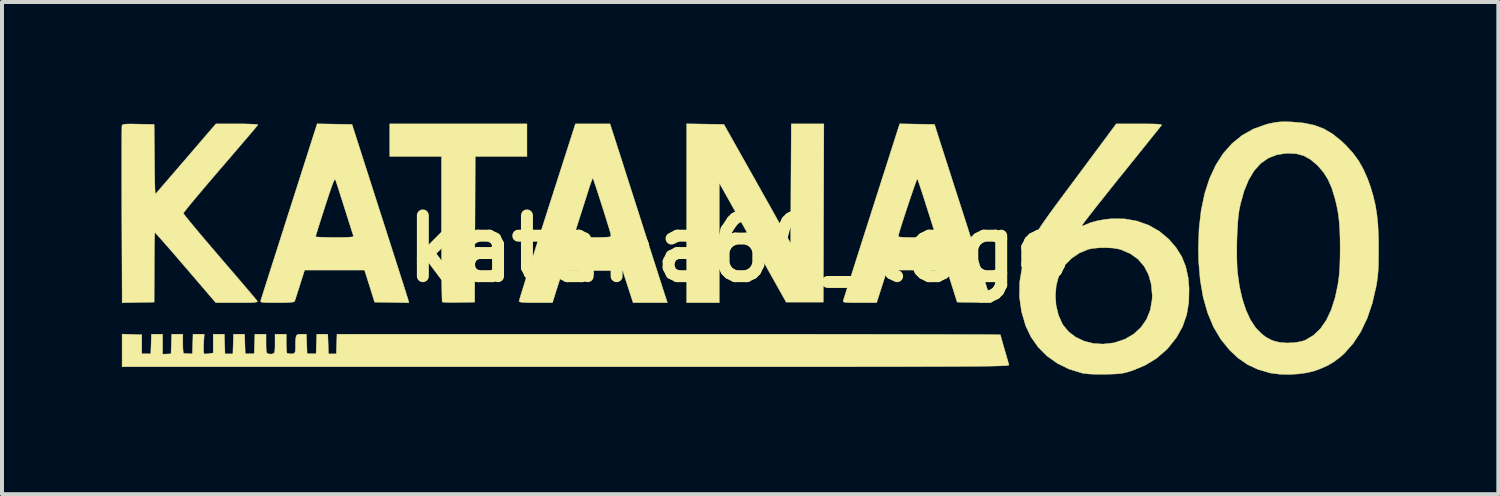
<source format=kicad_pcb>
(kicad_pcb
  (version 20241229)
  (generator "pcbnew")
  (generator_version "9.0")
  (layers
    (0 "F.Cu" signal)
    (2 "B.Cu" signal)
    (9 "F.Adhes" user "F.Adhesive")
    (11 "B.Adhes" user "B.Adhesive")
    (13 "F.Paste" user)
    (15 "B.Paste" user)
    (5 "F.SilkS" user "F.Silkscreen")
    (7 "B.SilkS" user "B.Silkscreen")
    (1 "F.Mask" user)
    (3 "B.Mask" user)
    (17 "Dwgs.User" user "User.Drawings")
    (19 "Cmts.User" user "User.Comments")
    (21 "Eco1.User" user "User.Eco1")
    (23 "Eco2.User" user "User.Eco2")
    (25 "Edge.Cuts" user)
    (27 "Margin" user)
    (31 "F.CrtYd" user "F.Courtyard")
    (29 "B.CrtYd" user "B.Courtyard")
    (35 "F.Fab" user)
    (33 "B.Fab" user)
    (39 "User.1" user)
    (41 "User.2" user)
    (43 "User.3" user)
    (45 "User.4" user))
  (footprint "katana60_logo"
    (layer "F.Cu")
    (at 15.508 3.191)
    (property "Reference" "katana60_logo" (at 0 0 0) (layer "F.SilkS") (effects (font (size 1.524 1.524) (thickness 0.3))))
    (attr through_hole)
    (fp_poly (pts (xy -0.391 -3.119) (xy 0.173 -2.117) (xy 0.31 -1.875) (xy 0.449 -1.627) (xy 0.586 -1.383) (xy 0.716 -1.152) (xy 0.833 -0.942) (xy 0.933 -0.763) (xy 1.011 -0.624) (xy 1.011 -0.624) (xy 1.284 -0.133) (xy 1.291 -1.633) (xy 1.299 -3.133) (xy 2.117 -3.133) (xy 2.11 -0.896) (xy 2.103 1.341) (xy 1.171 1.341) (xy 0.332 -0.154) (xy -0.508 -1.649) (xy -0.508 1.355) (xy -1.326 1.355) (xy -1.326 -3.134) (xy -0.391 -3.119)) (stroke (width 0.01) (type solid)) (fill yes) (layer "F.SilkS"))
    (fp_poly (pts (xy -5.334 -2.314) (xy -6.632 -2.314) (xy -6.639 -0.487) (xy -6.646 1.341) (xy -7.043 1.348) (xy -7.187 1.35) (xy -7.311 1.349) (xy -7.403 1.345) (xy -7.454 1.339) (xy -7.459 1.337) (xy -7.463 1.306) (xy -7.466 1.223) (xy -7.469 1.094) (xy -7.472 0.922) (xy -7.474 0.713) (xy -7.476 0.472) (xy -7.477 0.203) (xy -7.478 -0.09) (xy -7.479 -0.4) (xy -7.479 -0.499) (xy -7.479 -2.314) (xy -8.777 -2.314) (xy -8.777 -3.133) (xy -5.334 -3.133) (xy -5.334 -2.314)) (stroke (width 0.01) (type solid)) (fill yes) (layer "F.SilkS"))
    (fp_poly (pts (xy -3.179 -2.914) (xy -3.158 -2.85) (xy -3.122 -2.737) (xy -3.072 -2.581) (xy -3.009 -2.386) (xy -2.936 -2.158) (xy -2.854 -1.9) (xy -2.764 -1.619) (xy -2.668 -1.32) (xy -2.568 -1.007) (xy -2.512 -0.833) (xy -2.411 -0.516) (xy -2.314 -0.212) (xy -2.222 0.075) (xy -2.137 0.34) (xy -2.06 0.579) (xy -1.994 0.785) (xy -1.939 0.956) (xy -1.898 1.085) (xy -1.871 1.167) (xy -1.863 1.192) (xy -1.81 1.355) (xy -2.67 1.355) (xy -2.801 0.953) (xy -2.931 0.55) (xy -4.44 0.55) (xy -4.567 0.953) (xy -4.694 1.355) (xy -5.113 1.355) (xy -5.282 1.354) (xy -5.401 1.35) (xy -5.477 1.343) (xy -5.519 1.333) (xy -5.532 1.318) (xy -5.532 1.317) (xy -5.525 1.289) (xy -5.504 1.219) (xy -5.47 1.106) (xy -5.421 0.948) (xy -5.358 0.746) (xy -5.279 0.498) (xy -5.185 0.203) (xy -5.076 -0.141) (xy -5.031 -0.282) (xy -4.171 -0.282) (xy -3.694 -0.282) (xy -3.51 -0.283) (xy -3.376 -0.287) (xy -3.287 -0.293) (xy -3.236 -0.302) (xy -3.218 -0.315) (xy -3.218 -0.318) (xy -3.226 -0.353) (xy -3.249 -0.432) (xy -3.284 -0.547) (xy -3.328 -0.69) (xy -3.378 -0.85) (xy -3.432 -1.021) (xy -3.487 -1.192) (xy -3.54 -1.357) (xy -3.588 -1.505) (xy -3.629 -1.628) (xy -3.659 -1.717) (xy -3.677 -1.765) (xy -3.68 -1.77) (xy -3.693 -1.75) (xy -3.718 -1.686) (xy -3.753 -1.588) (xy -3.793 -1.465) (xy -3.793 -1.463) (xy -3.84 -1.315) (xy -3.898 -1.134) (xy -3.959 -0.941) (xy -4.019 -0.755) (xy -4.032 -0.713) (xy -4.171 -0.282) (xy -5.031 -0.282) (xy -4.951 -0.533) (xy -4.81 -0.975) (xy -4.652 -1.467) (xy -4.477 -2.012) (xy -4.301 -2.561) (xy -4.118 -3.133) (xy -3.25 -3.133) (xy -3.179 -2.914)) (stroke (width 0.01) (type solid)) (fill yes) (layer "F.SilkS"))
    (fp_poly (pts (xy -10.161 -3.126) (xy -9.724 -3.119) (xy -9.027 -0.945) (xy -8.918 -0.607) (xy -8.814 -0.283) (xy -8.717 0.022) (xy -8.626 0.304) (xy -8.545 0.559) (xy -8.473 0.783) (xy -8.413 0.971) (xy -8.366 1.12) (xy -8.333 1.226) (xy -8.315 1.283) (xy -8.312 1.292) (xy -8.296 1.356) (xy -8.726 1.348) (xy -9.157 1.341) (xy -9.283 0.938) (xy -9.41 0.536) (xy -10.913 0.536) (xy -11.032 0.91) (xy -11.076 1.049) (xy -11.115 1.169) (xy -11.144 1.261) (xy -11.161 1.313) (xy -11.163 1.319) (xy -11.184 1.334) (xy -11.24 1.344) (xy -11.336 1.351) (xy -11.48 1.354) (xy -11.602 1.355) (xy -11.766 1.354) (xy -11.881 1.352) (xy -11.956 1.348) (xy -11.998 1.34) (xy -12.016 1.327) (xy -12.017 1.309) (xy -12.016 1.305) (xy -12.005 1.271) (xy -11.979 1.188) (xy -11.938 1.058) (xy -11.884 0.888) (xy -11.818 0.68) (xy -11.741 0.439) (xy -11.654 0.168) (xy -11.56 -0.127) (xy -11.504 -0.303) (xy -10.639 -0.303) (xy -10.613 -0.296) (xy -10.539 -0.29) (xy -10.427 -0.286) (xy -10.286 -0.283) (xy -10.157 -0.282) (xy -9.974 -0.283) (xy -9.842 -0.286) (xy -9.754 -0.292) (xy -9.704 -0.3) (xy -9.687 -0.312) (xy -9.687 -0.318) (xy -9.699 -0.353) (xy -9.726 -0.435) (xy -9.764 -0.555) (xy -9.812 -0.705) (xy -9.866 -0.878) (xy -9.906 -1.002) (xy -9.964 -1.187) (xy -10.019 -1.358) (xy -10.066 -1.506) (xy -10.104 -1.622) (xy -10.129 -1.698) (xy -10.137 -1.722) (xy -10.148 -1.736) (xy -10.161 -1.73) (xy -10.18 -1.698) (xy -10.207 -1.636) (xy -10.243 -1.537) (xy -10.29 -1.398) (xy -10.351 -1.214) (xy -10.402 -1.058) (xy -10.464 -0.865) (xy -10.52 -0.689) (xy -10.568 -0.538) (xy -10.605 -0.418) (xy -10.63 -0.338) (xy -10.639 -0.304) (xy -10.639 -0.303) (xy -11.504 -0.303) (xy -11.459 -0.443) (xy -11.353 -0.777) (xy -11.301 -0.939) (xy -10.599 -3.134) (xy -10.161 -3.126)) (stroke (width 0.01) (type solid)) (fill yes) (layer "F.SilkS"))
    (fp_poly (pts (xy 4.457 -3.126) (xy 4.894 -3.119) (xy 4.957 -2.921) (xy 4.977 -2.858) (xy 5.012 -2.747) (xy 5.061 -2.593) (xy 5.123 -2.402) (xy 5.194 -2.179) (xy 5.275 -1.929) (xy 5.361 -1.659) (xy 5.453 -1.373) (xy 5.532 -1.129) (xy 5.672 -0.694) (xy 5.795 -0.309) (xy 5.903 0.027) (xy 5.996 0.317) (xy 6.076 0.565) (xy 6.142 0.774) (xy 6.197 0.945) (xy 6.24 1.081) (xy 6.274 1.186) (xy 6.297 1.262) (xy 6.313 1.312) (xy 6.32 1.339) (xy 6.322 1.345) (xy 6.295 1.349) (xy 6.222 1.35) (xy 6.111 1.351) (xy 5.974 1.35) (xy 5.892 1.348) (xy 5.462 1.341) (xy 5.335 0.938) (xy 5.207 0.536) (xy 3.704 0.536) (xy 3.441 1.355) (xy 3.016 1.355) (xy 2.852 1.354) (xy 2.737 1.352) (xy 2.663 1.348) (xy 2.621 1.339) (xy 2.603 1.327) (xy 2.602 1.309) (xy 2.603 1.305) (xy 2.613 1.271) (xy 2.64 1.188) (xy 2.681 1.058) (xy 2.735 0.888) (xy 2.801 0.68) (xy 2.878 0.439) (xy 2.964 0.168) (xy 3.058 -0.127) (xy 3.118 -0.314) (xy 3.985 -0.314) (xy 3.998 -0.301) (xy 4.033 -0.292) (xy 4.097 -0.286) (xy 4.197 -0.283) (xy 4.342 -0.282) (xy 4.459 -0.282) (xy 4.638 -0.283) (xy 4.767 -0.285) (xy 4.854 -0.29) (xy 4.905 -0.297) (xy 4.928 -0.308) (xy 4.929 -0.323) (xy 4.917 -0.36) (xy 4.89 -0.443) (xy 4.851 -0.564) (xy 4.803 -0.717) (xy 4.747 -0.892) (xy 4.697 -1.049) (xy 4.638 -1.236) (xy 4.583 -1.406) (xy 4.536 -1.55) (xy 4.498 -1.661) (xy 4.473 -1.732) (xy 4.463 -1.755) (xy 4.451 -1.734) (xy 4.425 -1.666) (xy 4.387 -1.562) (xy 4.341 -1.428) (xy 4.288 -1.274) (xy 4.232 -1.106) (xy 4.175 -0.934) (xy 4.12 -0.766) (xy 4.07 -0.61) (xy 4.028 -0.474) (xy 3.996 -0.366) (xy 3.986 -0.332) (xy 3.985 -0.314) (xy 3.118 -0.314) (xy 3.159 -0.443) (xy 3.266 -0.777) (xy 3.318 -0.939) (xy 4.02 -3.134) (xy 4.457 -3.126)) (stroke (width 0.01) (type solid)) (fill yes) (layer "F.SilkS"))
    (fp_poly (pts (xy -12.441 -3.132) (xy -12.298 -3.128) (xy -12.184 -3.124) (xy -12.11 -3.117) (xy -12.084 -3.11) (xy -12.084 -3.11) (xy -12.104 -3.085) (xy -12.157 -3.021) (xy -12.24 -2.923) (xy -12.349 -2.794) (xy -12.481 -2.64) (xy -12.633 -2.463) (xy -12.8 -2.268) (xy -12.979 -2.06) (xy -13.025 -2.007) (xy -13.206 -1.796) (xy -13.376 -1.596) (xy -13.531 -1.413) (xy -13.667 -1.251) (xy -13.781 -1.114) (xy -13.869 -1.005) (xy -13.928 -0.93) (xy -13.955 -0.892) (xy -13.956 -0.889) (xy -13.938 -0.861) (xy -13.887 -0.794) (xy -13.805 -0.693) (xy -13.697 -0.562) (xy -13.567 -0.406) (xy -13.416 -0.228) (xy -13.25 -0.033) (xy -13.072 0.175) (xy -13.039 0.214) (xy -12.858 0.424) (xy -12.688 0.622) (xy -12.532 0.804) (xy -12.395 0.964) (xy -12.28 1.1) (xy -12.19 1.207) (xy -12.129 1.28) (xy -12.1 1.315) (xy -12.099 1.317) (xy -12.1 1.33) (xy -12.124 1.34) (xy -12.179 1.347) (xy -12.27 1.352) (xy -12.405 1.354) (xy -12.589 1.355) (xy -12.61 1.355) (xy -13.143 1.355) (xy -13.902 0.469) (xy -14.066 0.28) (xy -14.217 0.104) (xy -14.354 -0.053) (xy -14.471 -0.186) (xy -14.564 -0.292) (xy -14.631 -0.366) (xy -14.667 -0.403) (xy -14.672 -0.407) (xy -14.675 -0.377) (xy -14.678 -0.298) (xy -14.68 -0.176) (xy -14.683 -0.019) (xy -14.684 0.167) (xy -14.686 0.375) (xy -14.686 0.472) (xy -14.69 1.341) (xy -15.091 1.348) (xy -15.493 1.356) (xy -15.501 -0.839) (xy -15.502 -1.187) (xy -15.502 -1.519) (xy -15.503 -1.831) (xy -15.503 -2.119) (xy -15.503 -2.377) (xy -15.502 -2.602) (xy -15.502 -2.79) (xy -15.501 -2.935) (xy -15.499 -3.033) (xy -15.498 -3.081) (xy -15.498 -3.084) (xy -15.489 -3.104) (xy -15.467 -3.117) (xy -15.422 -3.125) (xy -15.347 -3.129) (xy -15.231 -3.129) (xy -15.088 -3.126) (xy -14.69 -3.119) (xy -14.682 -2.357) (xy -14.68 -2.148) (xy -14.678 -1.953) (xy -14.675 -1.78) (xy -14.673 -1.637) (xy -14.67 -1.533) (xy -14.668 -1.48) (xy -14.661 -1.365) (xy -13.9 -2.249) (xy -13.139 -3.133) (xy -12.607 -3.133) (xy -12.441 -3.132)) (stroke (width 0.01) (type solid)) (fill yes) (layer "F.SilkS"))
    (fp_poly (pts (xy 13.814 -3.183) (xy 13.857 -3.181) (xy 14.16 -3.154) (xy 14.424 -3.099) (xy 14.66 -3.01) (xy 14.879 -2.882) (xy 15.095 -2.71) (xy 15.213 -2.598) (xy 15.39 -2.405) (xy 15.536 -2.207) (xy 15.658 -1.991) (xy 15.767 -1.742) (xy 15.832 -1.56) (xy 15.902 -1.327) (xy 15.956 -1.098) (xy 15.995 -0.859) (xy 16.021 -0.598) (xy 16.035 -0.305) (xy 16.038 -0.014) (xy 16.037 0.214) (xy 16.034 0.397) (xy 16.027 0.549) (xy 16.016 0.681) (xy 16 0.806) (xy 15.979 0.936) (xy 15.978 0.941) (xy 15.881 1.363) (xy 15.752 1.745) (xy 15.591 2.084) (xy 15.398 2.379) (xy 15.176 2.629) (xy 15.081 2.714) (xy 14.921 2.835) (xy 14.759 2.932) (xy 14.573 3.014) (xy 14.436 3.064) (xy 14.246 3.112) (xy 14.021 3.143) (xy 13.782 3.156) (xy 13.549 3.149) (xy 13.341 3.123) (xy 13.308 3.116) (xy 13.009 3.029) (xy 12.747 2.906) (xy 12.508 2.741) (xy 12.296 2.541) (xy 12.077 2.27) (xy 11.894 1.961) (xy 11.748 1.612) (xy 11.637 1.222) (xy 11.562 0.79) (xy 11.522 0.315) (xy 11.516 0.04) (xy 12.479 0.04) (xy 12.481 0.266) (xy 12.488 0.468) (xy 12.5 0.618) (xy 12.547 0.951) (xy 12.617 1.259) (xy 12.707 1.534) (xy 12.814 1.77) (xy 12.936 1.96) (xy 12.985 2.018) (xy 13.103 2.136) (xy 13.21 2.219) (xy 13.328 2.283) (xy 13.413 2.317) (xy 13.563 2.353) (xy 13.742 2.366) (xy 13.928 2.358) (xy 14.1 2.328) (xy 14.205 2.292) (xy 14.405 2.173) (xy 14.58 2.006) (xy 14.728 1.791) (xy 14.852 1.527) (xy 14.951 1.213) (xy 15.016 0.903) (xy 15.039 0.753) (xy 15.055 0.6) (xy 15.065 0.431) (xy 15.071 0.23) (xy 15.073 0.014) (xy 15.071 -0.261) (xy 15.063 -0.492) (xy 15.048 -0.693) (xy 15.026 -0.874) (xy 14.994 -1.05) (xy 14.951 -1.233) (xy 14.942 -1.265) (xy 14.864 -1.52) (xy 14.771 -1.733) (xy 14.657 -1.915) (xy 14.515 -2.08) (xy 14.506 -2.089) (xy 14.335 -2.236) (xy 14.161 -2.333) (xy 13.971 -2.384) (xy 13.752 -2.395) (xy 13.723 -2.394) (xy 13.483 -2.357) (xy 13.269 -2.273) (xy 13.08 -2.14) (xy 12.916 -1.959) (xy 12.777 -1.727) (xy 12.661 -1.446) (xy 12.569 -1.113) (xy 12.54 -0.974) (xy 12.52 -0.831) (xy 12.503 -0.644) (xy 12.49 -0.428) (xy 12.482 -0.196) (xy 12.479 0.04) (xy 11.516 0.04) (xy 11.515 -0.014) (xy 11.533 -0.51) (xy 11.586 -0.967) (xy 11.674 -1.385) (xy 11.796 -1.762) (xy 11.952 -2.098) (xy 12.14 -2.391) (xy 12.362 -2.641) (xy 12.615 -2.846) (xy 12.899 -3.005) (xy 13.215 -3.118) (xy 13.279 -3.135) (xy 13.413 -3.163) (xy 13.532 -3.18) (xy 13.658 -3.186) (xy 13.814 -3.183)) (stroke (width 0.01) (type solid)) (fill yes) (layer "F.SilkS"))
    (fp_poly (pts (xy 10.237 -3.132) (xy 10.387 -3.13) (xy 10.492 -3.126) (xy 10.557 -3.119) (xy 10.589 -3.11) (xy 10.592 -3.098) (xy 10.591 -3.097) (xy 10.569 -3.069) (xy 10.514 -3.001) (xy 10.431 -2.898) (xy 10.322 -2.762) (xy 10.191 -2.599) (xy 10.041 -2.412) (xy 9.875 -2.206) (xy 9.697 -1.984) (xy 9.569 -1.826) (xy 9.385 -1.597) (xy 9.213 -1.381) (xy 9.055 -1.182) (xy 8.915 -1.005) (xy 8.796 -0.853) (xy 8.701 -0.73) (xy 8.633 -0.64) (xy 8.595 -0.587) (xy 8.588 -0.574) (xy 8.621 -0.575) (xy 8.669 -0.595) (xy 8.809 -0.653) (xy 8.988 -0.702) (xy 9.188 -0.737) (xy 9.342 -0.752) (xy 9.668 -0.748) (xy 9.979 -0.693) (xy 10.27 -0.589) (xy 10.534 -0.439) (xy 10.767 -0.244) (xy 10.768 -0.243) (xy 10.956 -0.027) (xy 11.098 0.199) (xy 11.197 0.446) (xy 11.258 0.721) (xy 11.282 0.991) (xy 11.275 1.34) (xy 11.221 1.659) (xy 11.119 1.953) (xy 10.967 2.226) (xy 10.764 2.482) (xy 10.715 2.535) (xy 10.464 2.752) (xy 10.176 2.927) (xy 9.878 3.051) (xy 9.767 3.087) (xy 9.675 3.113) (xy 9.585 3.13) (xy 9.483 3.14) (xy 9.353 3.147) (xy 9.186 3.151) (xy 8.944 3.152) (xy 8.755 3.143) (xy 8.615 3.126) (xy 8.594 3.121) (xy 8.27 3.021) (xy 7.976 2.877) (xy 7.716 2.692) (xy 7.494 2.469) (xy 7.313 2.212) (xy 7.182 1.936) (xy 7.077 1.577) (xy 7.026 1.211) (xy 7.027 1.175) (xy 7.927 1.175) (xy 7.945 1.425) (xy 8.003 1.665) (xy 8.099 1.882) (xy 8.123 1.92) (xy 8.262 2.088) (xy 8.44 2.222) (xy 8.648 2.32) (xy 8.88 2.378) (xy 9.126 2.394) (xy 9.379 2.365) (xy 9.42 2.356) (xy 9.675 2.27) (xy 9.894 2.141) (xy 10.075 1.975) (xy 10.214 1.774) (xy 10.308 1.542) (xy 10.353 1.284) (xy 10.358 1.175) (xy 10.334 0.899) (xy 10.266 0.653) (xy 10.154 0.44) (xy 10.001 0.263) (xy 9.807 0.124) (xy 9.576 0.025) (xy 9.525 0.01) (xy 9.382 -0.015) (xy 9.209 -0.026) (xy 9.028 -0.023) (xy 8.861 -0.007) (xy 8.75 0.016) (xy 8.529 0.108) (xy 8.33 0.243) (xy 8.165 0.411) (xy 8.108 0.491) (xy 8.008 0.695) (xy 7.948 0.928) (xy 7.927 1.175) (xy 7.027 1.175) (xy 7.031 0.841) (xy 7.091 0.472) (xy 7.206 0.106) (xy 7.293 -0.096) (xy 7.339 -0.189) (xy 7.387 -0.28) (xy 7.44 -0.372) (xy 7.501 -0.471) (xy 7.574 -0.583) (xy 7.664 -0.712) (xy 7.772 -0.865) (xy 7.904 -1.046) (xy 8.062 -1.26) (xy 8.251 -1.514) (xy 8.269 -1.538) (xy 8.421 -1.742) (xy 8.579 -1.955) (xy 8.736 -2.165) (xy 8.883 -2.364) (xy 9.014 -2.539) (xy 9.12 -2.682) (xy 9.135 -2.702) (xy 9.454 -3.133) (xy 10.036 -3.133) (xy 10.237 -3.132)) (stroke (width 0.01) (type solid)) (fill yes) (layer "F.SilkS"))
    (fp_poly (pts (xy -15.247 2.151) (xy -15 2.159) (xy -15 2.398) (xy -15 2.637) (xy -14.887 2.638) (xy -14.774 2.639) (xy -14.766 2.392) (xy -14.758 2.145) (xy -14.478 2.145) (xy -14.478 2.647) (xy -14.372 2.643) (xy -14.266 2.639) (xy -14.258 2.392) (xy -14.25 2.145) (xy -13.97 2.145) (xy -13.97 2.385) (xy -13.968 2.494) (xy -13.962 2.577) (xy -13.953 2.623) (xy -13.949 2.627) (xy -13.909 2.63) (xy -13.838 2.634) (xy -13.829 2.634) (xy -13.73 2.639) (xy -13.722 2.392) (xy -13.714 2.145) (xy -13.433 2.145) (xy -13.447 2.384) (xy -13.45 2.494) (xy -13.448 2.581) (xy -13.441 2.631) (xy -13.437 2.637) (xy -13.396 2.642) (xy -13.326 2.636) (xy -13.311 2.634) (xy -13.208 2.617) (xy -13.208 2.145) (xy -12.928 2.145) (xy -12.92 2.392) (xy -12.912 2.639) (xy -12.714 2.639) (xy -12.706 2.392) (xy -12.698 2.145) (xy -12.42 2.145) (xy -12.412 2.392) (xy -12.404 2.638) (xy -12.178 2.635) (xy -12.17 2.39) (xy -12.162 2.145) (xy -11.882 2.145) (xy -11.882 2.383) (xy -11.88 2.5) (xy -11.874 2.573) (xy -11.862 2.614) (xy -11.839 2.633) (xy -11.825 2.639) (xy -11.75 2.645) (xy -11.712 2.639) (xy -11.684 2.624) (xy -11.668 2.595) (xy -11.659 2.538) (xy -11.656 2.442) (xy -11.656 2.383) (xy -11.656 2.145) (xy -11.374 2.145) (xy -11.374 2.385) (xy -11.371 2.494) (xy -11.365 2.578) (xy -11.356 2.623) (xy -11.352 2.628) (xy -11.245 2.641) (xy -11.182 2.633) (xy -11.152 2.594) (xy -11.143 2.514) (xy -11.144 2.445) (xy -11.143 2.344) (xy -11.136 2.253) (xy -11.132 2.223) (xy -11.115 2.174) (xy -11.082 2.151) (xy -11.015 2.145) (xy -10.991 2.145) (xy -10.868 2.145) (xy -10.86 2.39) (xy -10.851 2.635) (xy -10.626 2.638) (xy -10.618 2.392) (xy -10.609 2.145) (xy -10.332 2.145) (xy -10.323 2.392) (xy -10.315 2.639) (xy -10.118 2.639) (xy -10.11 2.392) (xy -10.101 2.145) (xy -1.777 2.145) (xy -1.095 2.145) (xy -0.428 2.145) (xy 0.222 2.145) (xy 0.853 2.146) (xy 1.462 2.146) (xy 2.048 2.147) (xy 2.608 2.147) (xy 3.141 2.148) (xy 3.643 2.149) (xy 4.112 2.149) (xy 4.548 2.15) (xy 4.946 2.151) (xy 5.306 2.152) (xy 5.624 2.153) (xy 5.899 2.154) (xy 6.129 2.155) (xy 6.311 2.156) (xy 6.442 2.158) (xy 6.522 2.159) (xy 6.548 2.16) (xy 6.555 2.19) (xy 6.575 2.264) (xy 6.605 2.371) (xy 6.642 2.5) (xy 6.683 2.641) (xy 6.724 2.783) (xy 6.762 2.914) (xy 6.762 2.918) (xy 6.757 2.922) (xy 6.745 2.926) (xy 6.725 2.929) (xy 6.696 2.933) (xy 6.655 2.936) (xy 6.602 2.938) (xy 6.533 2.941) (xy 6.449 2.943) (xy 6.347 2.946) (xy 6.225 2.948) (xy 6.083 2.95) (xy 5.918 2.952) (xy 5.728 2.953) (xy 5.512 2.955) (xy 5.269 2.956) (xy 4.997 2.957) (xy 4.693 2.958) (xy 4.358 2.959) (xy 3.988 2.96) (xy 3.582 2.96) (xy 3.139 2.961) (xy 2.657 2.962) (xy 2.134 2.962) (xy 1.569 2.962) (xy 0.96 2.963) (xy 0.306 2.963) (xy -0.396 2.963) (xy -1.146 2.963) (xy -1.947 2.963) (xy -2.8 2.963) (xy -3.707 2.963) (xy -4.358 2.963) (xy -15.494 2.963) (xy -15.494 2.143) (xy -15.247 2.151)) (stroke (width 0.01) (type solid)) (fill yes) (layer "F.SilkS")))
  (gr_rect
    (start -3 -3)
    (end 34.551 9.351)
    (stroke (width 0.1) (type default))
    (fill no)
    (layer "Edge.Cuts")))
</source>
